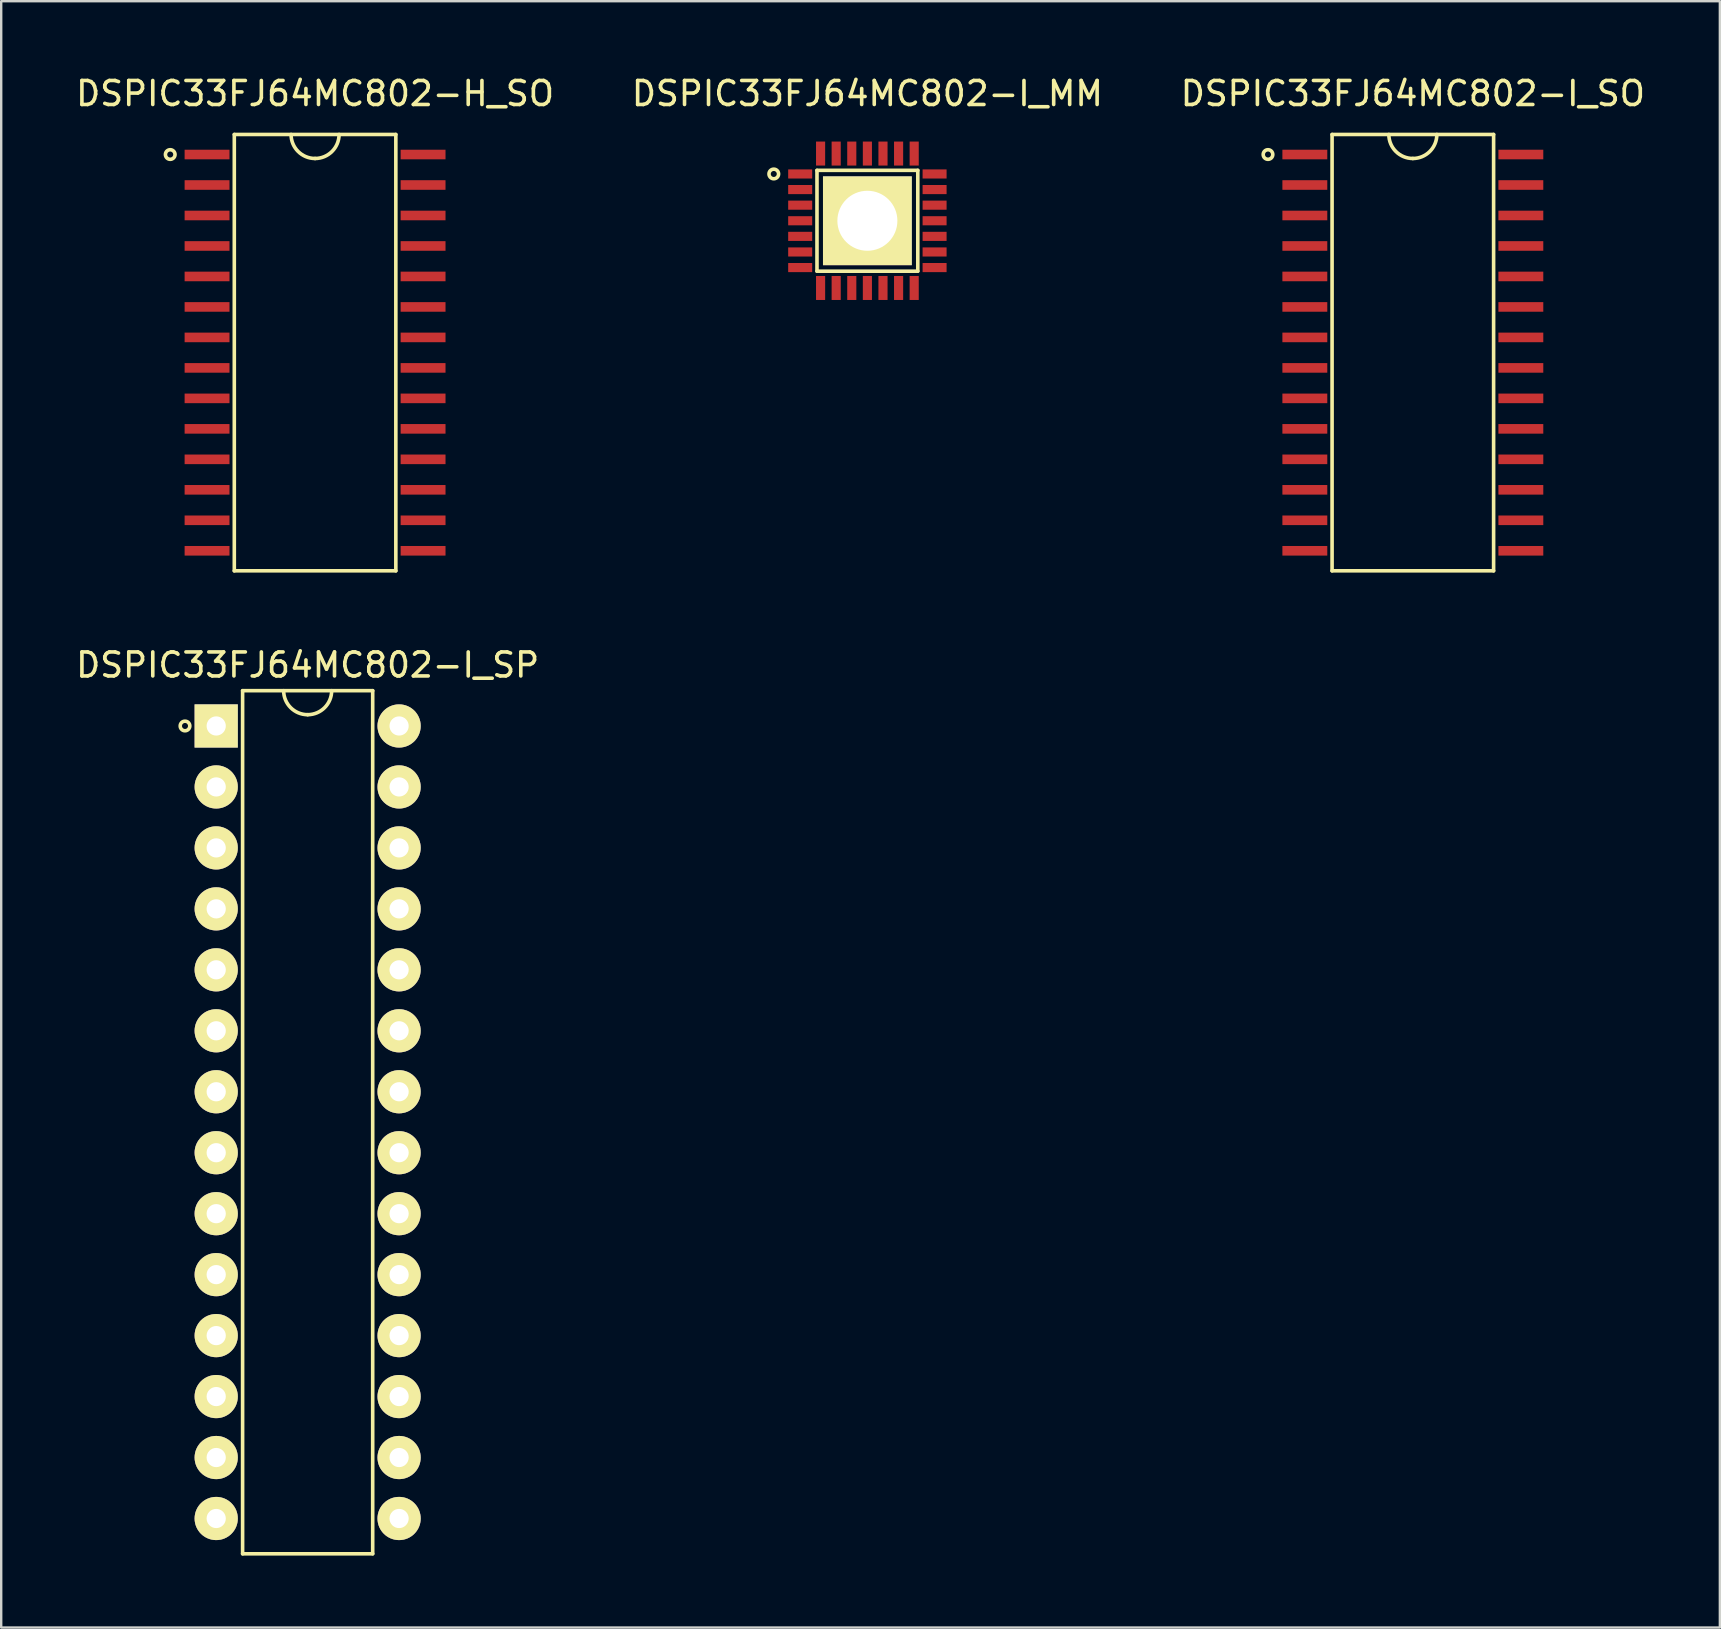
<source format=kicad_pcb>
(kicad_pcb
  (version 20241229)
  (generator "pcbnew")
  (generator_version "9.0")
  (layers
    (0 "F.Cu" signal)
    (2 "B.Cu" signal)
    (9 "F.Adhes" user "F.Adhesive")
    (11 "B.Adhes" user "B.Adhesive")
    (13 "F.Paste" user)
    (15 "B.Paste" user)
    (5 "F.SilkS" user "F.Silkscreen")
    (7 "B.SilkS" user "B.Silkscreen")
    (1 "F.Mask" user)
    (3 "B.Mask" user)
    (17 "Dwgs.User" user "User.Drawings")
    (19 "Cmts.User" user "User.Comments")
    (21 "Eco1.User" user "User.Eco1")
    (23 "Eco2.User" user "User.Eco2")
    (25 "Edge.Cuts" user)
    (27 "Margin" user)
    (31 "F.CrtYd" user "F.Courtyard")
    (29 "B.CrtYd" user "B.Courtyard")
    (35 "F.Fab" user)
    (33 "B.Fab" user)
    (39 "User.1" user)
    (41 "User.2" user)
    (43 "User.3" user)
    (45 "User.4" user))
  (footprint "DSPIC33FJ64MC802-H_SO"
    (layer "F.Cu")
    (at 5.577 3.388)
    (property "Reference" "DSPIC33FJ64MC802-H_SO" (at 4.5 -2.54 0) (layer "F.SilkS") (effects (font (size 1 1) (thickness 0.15))))
    (attr through_hole)
    (fp_line (start 1.135 -0.835) (end 7.865 -0.835) (stroke (width 0.15) (type solid)) (layer "F.SilkS"))
    (fp_line (start 1.135 17.345) (end 1.135 -0.835) (stroke (width 0.15) (type solid)) (layer "F.SilkS"))
    (fp_line (start 7.865 -0.835) (end 7.865 17.345) (stroke (width 0.15) (type solid)) (layer "F.SilkS"))
    (fp_line (start 7.865 17.345) (end 1.135 17.345) (stroke (width 0.15) (type solid)) (layer "F.SilkS"))
    (fp_arc (start 4.5 0.165) (mid 3.792893 -0.127893) (end 3.5 -0.835) (stroke (width 0.15) (type solid)) (layer "F.SilkS"))
    (fp_arc (start 5.5 -0.835) (mid 5.207107 -0.127893) (end 4.5 0.165) (stroke (width 0.15) (type solid)) (layer "F.SilkS"))
    (fp_circle (center -1.535 0) (end -1.535 0.2) (stroke (width 0.15) (type solid)) (fill no) (layer "F.SilkS"))
    (pad "1" smd rect (at 0 0) (size 1.87 0.4) (layers "F.Cu" "F.Mask" "F.Paste"))
    (pad "2" smd rect (at 0 1.27) (size 1.87 0.4) (layers "F.Cu" "F.Mask" "F.Paste"))
    (pad "3" smd rect (at 0 2.54) (size 1.87 0.4) (layers "F.Cu" "F.Mask" "F.Paste"))
    (pad "4" smd rect (at 0 3.81) (size 1.87 0.4) (layers "F.Cu" "F.Mask" "F.Paste"))
    (pad "5" smd rect (at 0 5.08) (size 1.87 0.4) (layers "F.Cu" "F.Mask" "F.Paste"))
    (pad "6" smd rect (at 0 6.35) (size 1.87 0.4) (layers "F.Cu" "F.Mask" "F.Paste"))
    (pad "7" smd rect (at 0 7.62) (size 1.87 0.4) (layers "F.Cu" "F.Mask" "F.Paste"))
    (pad "8" smd rect (at 0 8.89) (size 1.87 0.4) (layers "F.Cu" "F.Mask" "F.Paste"))
    (pad "9" smd rect (at 0 10.16) (size 1.87 0.4) (layers "F.Cu" "F.Mask" "F.Paste"))
    (pad "10" smd rect (at 0 11.43) (size 1.87 0.4) (layers "F.Cu" "F.Mask" "F.Paste"))
    (pad "11" smd rect (at 0 12.7) (size 1.87 0.4) (layers "F.Cu" "F.Mask" "F.Paste"))
    (pad "12" smd rect (at 0 13.97) (size 1.87 0.4) (layers "F.Cu" "F.Mask" "F.Paste"))
    (pad "13" smd rect (at 0 15.24) (size 1.87 0.4) (layers "F.Cu" "F.Mask" "F.Paste"))
    (pad "14" smd rect (at 0 16.51) (size 1.87 0.4) (layers "F.Cu" "F.Mask" "F.Paste"))
    (pad "15" smd rect (at 9 16.51) (size 1.87 0.4) (layers "F.Cu" "F.Mask" "F.Paste"))
    (pad "16" smd rect (at 9 15.24) (size 1.87 0.4) (layers "F.Cu" "F.Mask" "F.Paste"))
    (pad "17" smd rect (at 9 13.97) (size 1.87 0.4) (layers "F.Cu" "F.Mask" "F.Paste"))
    (pad "18" smd rect (at 9 12.7) (size 1.87 0.4) (layers "F.Cu" "F.Mask" "F.Paste"))
    (pad "19" smd rect (at 9 11.43) (size 1.87 0.4) (layers "F.Cu" "F.Mask" "F.Paste"))
    (pad "20" smd rect (at 9 10.16) (size 1.87 0.4) (layers "F.Cu" "F.Mask" "F.Paste"))
    (pad "21" smd rect (at 9 8.89) (size 1.87 0.4) (layers "F.Cu" "F.Mask" "F.Paste"))
    (pad "22" smd rect (at 9 7.62) (size 1.87 0.4) (layers "F.Cu" "F.Mask" "F.Paste"))
    (pad "23" smd rect (at 9 6.35) (size 1.87 0.4) (layers "F.Cu" "F.Mask" "F.Paste"))
    (pad "24" smd rect (at 9 5.08) (size 1.87 0.4) (layers "F.Cu" "F.Mask" "F.Paste"))
    (pad "25" smd rect (at 9 3.81) (size 1.87 0.4) (layers "F.Cu" "F.Mask" "F.Paste"))
    (pad "26" smd rect (at 9 2.54) (size 1.87 0.4) (layers "F.Cu" "F.Mask" "F.Paste"))
    (pad "27" smd rect (at 9 1.27) (size 1.87 0.4) (layers "F.Cu" "F.Mask" "F.Paste"))
    (pad "28" smd rect (at 9 0) (size 1.87 0.4) (layers "F.Cu" "F.Mask" "F.Paste")))
  (footprint "DSPIC33FJ64MC802-I_MM"
    (layer "F.Cu")
    (at 30.289 3.348)
    (property "Reference" "DSPIC33FJ64MC802-I_MM" (at 2.8 -2.5 0) (layer "F.SilkS") (effects (font (size 1 1) (thickness 0.15))))
    (attr through_hole)
    (fp_line (start 0.7 0.7) (end 0.7 4.9) (stroke (width 0.15) (type solid)) (layer "F.SilkS"))
    (fp_line (start 0.7 0.7) (end 4.9 0.7) (stroke (width 0.15) (type solid)) (layer "F.SilkS"))
    (fp_line (start 0.7 4.9) (end 4.9 4.9) (stroke (width 0.15) (type solid)) (layer "F.SilkS"))
    (fp_line (start 4.9 4.9) (end 4.9 0.7) (stroke (width 0.15) (type solid)) (layer "F.SilkS"))
    (fp_circle (center -1.1 0.85) (end -1.1 0.65) (stroke (width 0.15) (type solid)) (fill no) (layer "F.SilkS"))
    (fp_circle (center 1.7 1.7) (end 1.7 1.2) (stroke (width 0.15) (type solid)) (fill no) (layer "F.SilkS"))
    (pad "1" smd rect (at 0 0.85) (size 1 0.38) (layers "F.Cu" "F.Mask" "F.Paste"))
    (pad "2" smd rect (at 0 1.5) (size 1 0.38) (layers "F.Cu" "F.Mask" "F.Paste"))
    (pad "3" smd rect (at 0 2.15) (size 1 0.38) (layers "F.Cu" "F.Mask" "F.Paste"))
    (pad "4" smd rect (at 0 2.8) (size 1 0.38) (layers "F.Cu" "F.Mask" "F.Paste"))
    (pad "5" smd rect (at 0 3.45) (size 1 0.38) (layers "F.Cu" "F.Mask" "F.Paste"))
    (pad "6" smd rect (at 0 4.1) (size 1 0.38) (layers "F.Cu" "F.Mask" "F.Paste"))
    (pad "7" smd rect (at 0 4.75) (size 1 0.38) (layers "F.Cu" "F.Mask" "F.Paste"))
    (pad "8" smd rect (at 0.85 5.6) (size 0.38 1) (layers "F.Cu" "F.Mask" "F.Paste"))
    (pad "9" smd rect (at 1.5 5.6) (size 0.38 1) (layers "F.Cu" "F.Mask" "F.Paste"))
    (pad "10" smd rect (at 2.15 5.6) (size 0.38 1) (layers "F.Cu" "F.Mask" "F.Paste"))
    (pad "11" smd rect (at 2.8 5.6) (size 0.38 1) (layers "F.Cu" "F.Mask" "F.Paste"))
    (pad "12" smd rect (at 3.45 5.6) (size 0.38 1) (layers "F.Cu" "F.Mask" "F.Paste"))
    (pad "13" smd rect (at 4.1 5.6) (size 0.38 1) (layers "F.Cu" "F.Mask" "F.Paste"))
    (pad "14" smd rect (at 4.75 5.6) (size 0.38 1) (layers "F.Cu" "F.Mask" "F.Paste"))
    (pad "15" smd rect (at 5.6 4.75) (size 1 0.38) (layers "F.Cu" "F.Mask" "F.Paste"))
    (pad "16" smd rect (at 5.6 4.1) (size 1 0.38) (layers "F.Cu" "F.Mask" "F.Paste"))
    (pad "17" smd rect (at 5.6 3.45) (size 1 0.38) (layers "F.Cu" "F.Mask" "F.Paste"))
    (pad "18" smd rect (at 5.6 2.8) (size 1 0.38) (layers "F.Cu" "F.Mask" "F.Paste"))
    (pad "19" smd rect (at 5.6 2.15) (size 1 0.38) (layers "F.Cu" "F.Mask" "F.Paste"))
    (pad "20" smd rect (at 5.6 1.5) (size 1 0.38) (layers "F.Cu" "F.Mask" "F.Paste"))
    (pad "21" smd rect (at 5.6 0.85) (size 1 0.38) (layers "F.Cu" "F.Mask" "F.Paste"))
    (pad "22" smd rect (at 4.75 0) (size 0.38 1) (layers "F.Cu" "F.Mask" "F.Paste"))
    (pad "23" smd rect (at 4.1 0) (size 0.38 1) (layers "F.Cu" "F.Mask" "F.Paste"))
    (pad "24" smd rect (at 3.45 0) (size 0.38 1) (layers "F.Cu" "F.Mask" "F.Paste"))
    (pad "25" smd rect (at 2.8 0) (size 0.38 1) (layers "F.Cu" "F.Mask" "F.Paste"))
    (pad "26" smd rect (at 2.15 0) (size 0.38 1) (layers "F.Cu" "F.Mask" "F.Paste"))
    (pad "27" smd rect (at 1.5 0) (size 0.38 1) (layers "F.Cu" "F.Mask" "F.Paste"))
    (pad "28" smd rect (at 0.85 0) (size 0.38 1) (layers "F.Cu" "F.Mask" "F.Paste"))
    (pad "999" thru_hole rect (at 2.8 2.8) (size 3.7 3.7) (drill 2.5) (layers "*.Cu" "*.Mask" "F.SilkS")))
  (footprint "DSPIC33FJ64MC802-I_SO"
    (layer "F.Cu")
    (at 51.315 3.388)
    (property "Reference" "DSPIC33FJ64MC802-I_SO" (at 4.5 -2.54 0) (layer "F.SilkS") (effects (font (size 1 1) (thickness 0.15))))
    (attr through_hole)
    (fp_line (start 1.135 -0.835) (end 7.865 -0.835) (stroke (width 0.15) (type solid)) (layer "F.SilkS"))
    (fp_line (start 1.135 17.345) (end 1.135 -0.835) (stroke (width 0.15) (type solid)) (layer "F.SilkS"))
    (fp_line (start 7.865 -0.835) (end 7.865 17.345) (stroke (width 0.15) (type solid)) (layer "F.SilkS"))
    (fp_line (start 7.865 17.345) (end 1.135 17.345) (stroke (width 0.15) (type solid)) (layer "F.SilkS"))
    (fp_arc (start 4.5 0.165) (mid 3.792893 -0.127893) (end 3.5 -0.835) (stroke (width 0.15) (type solid)) (layer "F.SilkS"))
    (fp_arc (start 5.5 -0.835) (mid 5.207107 -0.127893) (end 4.5 0.165) (stroke (width 0.15) (type solid)) (layer "F.SilkS"))
    (fp_circle (center -1.535 0) (end -1.535 0.2) (stroke (width 0.15) (type solid)) (fill no) (layer "F.SilkS"))
    (pad "1" smd rect (at 0 0) (size 1.87 0.4) (layers "F.Cu" "F.Mask" "F.Paste"))
    (pad "2" smd rect (at 0 1.27) (size 1.87 0.4) (layers "F.Cu" "F.Mask" "F.Paste"))
    (pad "3" smd rect (at 0 2.54) (size 1.87 0.4) (layers "F.Cu" "F.Mask" "F.Paste"))
    (pad "4" smd rect (at 0 3.81) (size 1.87 0.4) (layers "F.Cu" "F.Mask" "F.Paste"))
    (pad "5" smd rect (at 0 5.08) (size 1.87 0.4) (layers "F.Cu" "F.Mask" "F.Paste"))
    (pad "6" smd rect (at 0 6.35) (size 1.87 0.4) (layers "F.Cu" "F.Mask" "F.Paste"))
    (pad "7" smd rect (at 0 7.62) (size 1.87 0.4) (layers "F.Cu" "F.Mask" "F.Paste"))
    (pad "8" smd rect (at 0 8.89) (size 1.87 0.4) (layers "F.Cu" "F.Mask" "F.Paste"))
    (pad "9" smd rect (at 0 10.16) (size 1.87 0.4) (layers "F.Cu" "F.Mask" "F.Paste"))
    (pad "10" smd rect (at 0 11.43) (size 1.87 0.4) (layers "F.Cu" "F.Mask" "F.Paste"))
    (pad "11" smd rect (at 0 12.7) (size 1.87 0.4) (layers "F.Cu" "F.Mask" "F.Paste"))
    (pad "12" smd rect (at 0 13.97) (size 1.87 0.4) (layers "F.Cu" "F.Mask" "F.Paste"))
    (pad "13" smd rect (at 0 15.24) (size 1.87 0.4) (layers "F.Cu" "F.Mask" "F.Paste"))
    (pad "14" smd rect (at 0 16.51) (size 1.87 0.4) (layers "F.Cu" "F.Mask" "F.Paste"))
    (pad "15" smd rect (at 9 16.51) (size 1.87 0.4) (layers "F.Cu" "F.Mask" "F.Paste"))
    (pad "16" smd rect (at 9 15.24) (size 1.87 0.4) (layers "F.Cu" "F.Mask" "F.Paste"))
    (pad "17" smd rect (at 9 13.97) (size 1.87 0.4) (layers "F.Cu" "F.Mask" "F.Paste"))
    (pad "18" smd rect (at 9 12.7) (size 1.87 0.4) (layers "F.Cu" "F.Mask" "F.Paste"))
    (pad "19" smd rect (at 9 11.43) (size 1.87 0.4) (layers "F.Cu" "F.Mask" "F.Paste"))
    (pad "20" smd rect (at 9 10.16) (size 1.87 0.4) (layers "F.Cu" "F.Mask" "F.Paste"))
    (pad "21" smd rect (at 9 8.89) (size 1.87 0.4) (layers "F.Cu" "F.Mask" "F.Paste"))
    (pad "22" smd rect (at 9 7.62) (size 1.87 0.4) (layers "F.Cu" "F.Mask" "F.Paste"))
    (pad "23" smd rect (at 9 6.35) (size 1.87 0.4) (layers "F.Cu" "F.Mask" "F.Paste"))
    (pad "24" smd rect (at 9 5.08) (size 1.87 0.4) (layers "F.Cu" "F.Mask" "F.Paste"))
    (pad "25" smd rect (at 9 3.81) (size 1.87 0.4) (layers "F.Cu" "F.Mask" "F.Paste"))
    (pad "26" smd rect (at 9 2.54) (size 1.87 0.4) (layers "F.Cu" "F.Mask" "F.Paste"))
    (pad "27" smd rect (at 9 1.27) (size 1.87 0.4) (layers "F.Cu" "F.Mask" "F.Paste"))
    (pad "28" smd rect (at 9 0) (size 1.87 0.4) (layers "F.Cu" "F.Mask" "F.Paste")))
  (footprint "DSPIC33FJ64MC802-I_SP"
    (layer "F.Cu")
    (at 5.958 27.197)
    (property "Reference" "DSPIC33FJ64MC802-I_SP" (at 3.81 -2.54 0) (layer "F.SilkS") (effects (font (size 1 1) (thickness 0.15))))
    (attr through_hole)
    (fp_line (start 1.1 -1.47) (end 6.52 -1.47) (stroke (width 0.15) (type solid)) (layer "F.SilkS"))
    (fp_line (start 1.1 34.49) (end 1.1 -1.47) (stroke (width 0.15) (type solid)) (layer "F.SilkS"))
    (fp_line (start 6.52 -1.47) (end 6.52 34.49) (stroke (width 0.15) (type solid)) (layer "F.SilkS"))
    (fp_line (start 6.52 34.49) (end 1.1 34.49) (stroke (width 0.15) (type solid)) (layer "F.SilkS"))
    (fp_arc (start 3.81 -0.47) (mid 3.102893 -0.762893) (end 2.81 -1.47) (stroke (width 0.15) (type solid)) (layer "F.SilkS"))
    (fp_arc (start 4.81 -1.47) (mid 4.517107 -0.762893) (end 3.81 -0.47) (stroke (width 0.15) (type solid)) (layer "F.SilkS"))
    (fp_circle (center -1.3 0) (end -1.3 0.2) (stroke (width 0.15) (type solid)) (fill no) (layer "F.SilkS"))
    (pad "1" thru_hole rect (at 0 0) (size 1.8 1.8) (drill 0.8) (layers "*.Cu" "*.Mask" "F.SilkS"))
    (pad "2" thru_hole circle (at 0 2.54) (size 1.8 1.8) (drill 0.8) (layers "*.Cu" "*.Mask" "F.SilkS"))
    (pad "3" thru_hole circle (at 0 5.08) (size 1.8 1.8) (drill 0.8) (layers "*.Cu" "*.Mask" "F.SilkS"))
    (pad "4" thru_hole circle (at 0 7.62) (size 1.8 1.8) (drill 0.8) (layers "*.Cu" "*.Mask" "F.SilkS"))
    (pad "5" thru_hole circle (at 0 10.16) (size 1.8 1.8) (drill 0.8) (layers "*.Cu" "*.Mask" "F.SilkS"))
    (pad "6" thru_hole circle (at 0 12.7) (size 1.8 1.8) (drill 0.8) (layers "*.Cu" "*.Mask" "F.SilkS"))
    (pad "7" thru_hole circle (at 0 15.24) (size 1.8 1.8) (drill 0.8) (layers "*.Cu" "*.Mask" "F.SilkS"))
    (pad "8" thru_hole circle (at 0 17.78) (size 1.8 1.8) (drill 0.8) (layers "*.Cu" "*.Mask" "F.SilkS"))
    (pad "9" thru_hole circle (at 0 20.32) (size 1.8 1.8) (drill 0.8) (layers "*.Cu" "*.Mask" "F.SilkS"))
    (pad "10" thru_hole circle (at 0 22.86) (size 1.8 1.8) (drill 0.8) (layers "*.Cu" "*.Mask" "F.SilkS"))
    (pad "11" thru_hole circle (at 0 25.4) (size 1.8 1.8) (drill 0.8) (layers "*.Cu" "*.Mask" "F.SilkS"))
    (pad "12" thru_hole circle (at 0 27.94) (size 1.8 1.8) (drill 0.8) (layers "*.Cu" "*.Mask" "F.SilkS"))
    (pad "13" thru_hole circle (at 0 30.48) (size 1.8 1.8) (drill 0.8) (layers "*.Cu" "*.Mask" "F.SilkS"))
    (pad "14" thru_hole circle (at 0 33.02) (size 1.8 1.8) (drill 0.8) (layers "*.Cu" "*.Mask" "F.SilkS"))
    (pad "15" thru_hole circle (at 7.62 33.02) (size 1.8 1.8) (drill 0.8) (layers "*.Cu" "*.Mask" "F.SilkS"))
    (pad "16" thru_hole circle (at 7.62 30.48) (size 1.8 1.8) (drill 0.8) (layers "*.Cu" "*.Mask" "F.SilkS"))
    (pad "17" thru_hole circle (at 7.62 27.94) (size 1.8 1.8) (drill 0.8) (layers "*.Cu" "*.Mask" "F.SilkS"))
    (pad "18" thru_hole circle (at 7.62 25.4) (size 1.8 1.8) (drill 0.8) (layers "*.Cu" "*.Mask" "F.SilkS"))
    (pad "19" thru_hole circle (at 7.62 22.86) (size 1.8 1.8) (drill 0.8) (layers "*.Cu" "*.Mask" "F.SilkS"))
    (pad "20" thru_hole circle (at 7.62 20.32) (size 1.8 1.8) (drill 0.8) (layers "*.Cu" "*.Mask" "F.SilkS"))
    (pad "21" thru_hole circle (at 7.62 17.78) (size 1.8 1.8) (drill 0.8) (layers "*.Cu" "*.Mask" "F.SilkS"))
    (pad "22" thru_hole circle (at 7.62 15.24) (size 1.8 1.8) (drill 0.8) (layers "*.Cu" "*.Mask" "F.SilkS"))
    (pad "23" thru_hole circle (at 7.62 12.7) (size 1.8 1.8) (drill 0.8) (layers "*.Cu" "*.Mask" "F.SilkS"))
    (pad "24" thru_hole circle (at 7.62 10.16) (size 1.8 1.8) (drill 0.8) (layers "*.Cu" "*.Mask" "F.SilkS"))
    (pad "25" thru_hole circle (at 7.62 7.62) (size 1.8 1.8) (drill 0.8) (layers "*.Cu" "*.Mask" "F.SilkS"))
    (pad "26" thru_hole circle (at 7.62 5.08) (size 1.8 1.8) (drill 0.8) (layers "*.Cu" "*.Mask" "F.SilkS"))
    (pad "27" thru_hole circle (at 7.62 2.54) (size 1.8 1.8) (drill 0.8) (layers "*.Cu" "*.Mask" "F.SilkS"))
    (pad "28" thru_hole circle (at 7.62 0) (size 1.8 1.8) (drill 0.8) (layers "*.Cu" "*.Mask" "F.SilkS")))
  (gr_rect
    (start -3 -3)
    (end 68.607 64.761)
    (stroke (width 0.1) (type default))
    (fill no)
    (layer "Edge.Cuts")))
</source>
